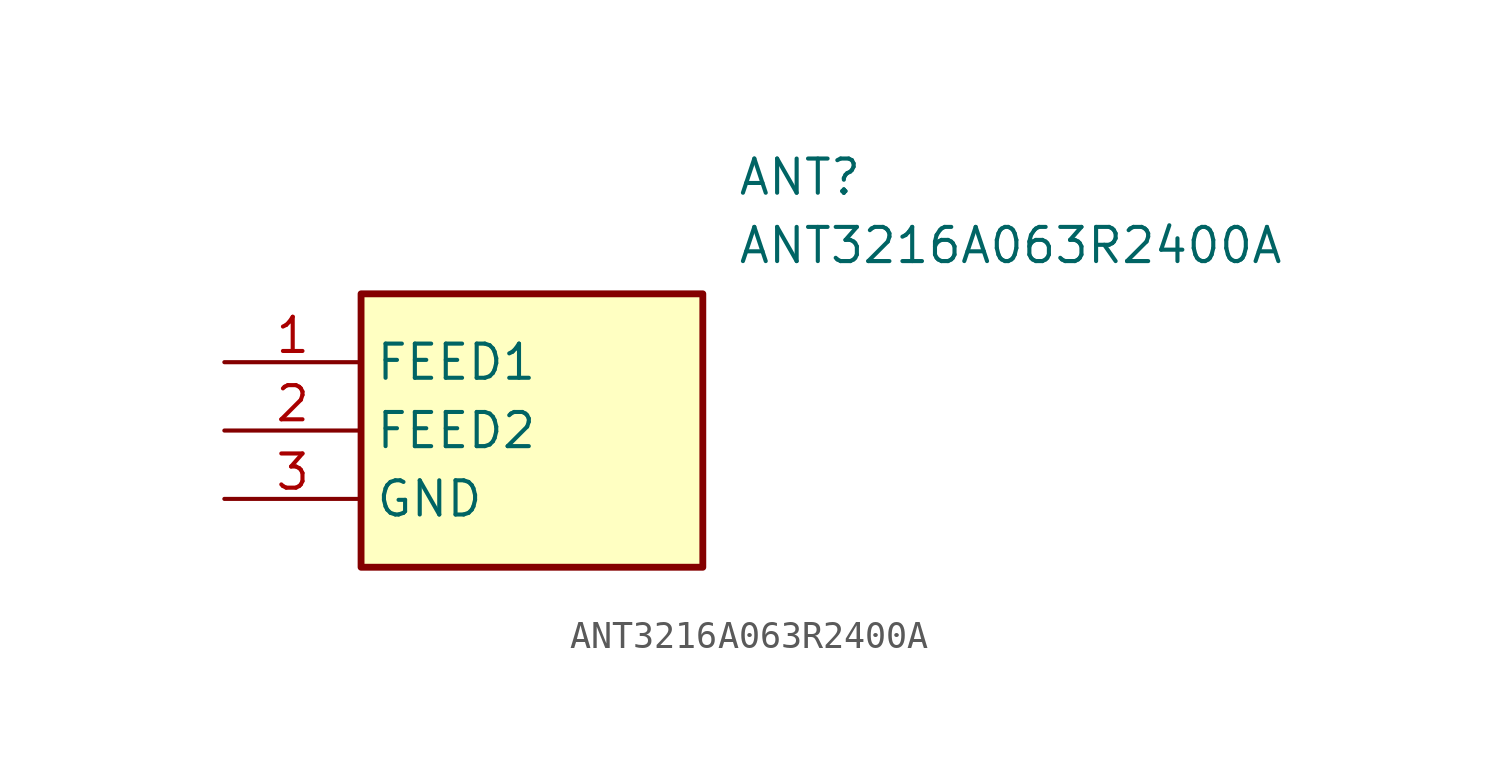
<source format=kicad_sym>
(kicad_symbol_lib
  (version 20231120)
  (generator "kicad_symbol_editor")
  (generator_version "8.0")
  (symbol "ANT3216A063R2400A"
    (property "Reference" "ANT"
      (at 19.05 7.62 0)
      (effects (font (size 1.27 1.27)) (justify left top)))
    (property "Value" "ANT3216A063R2400A"
      (at 19.05 5.08 0)
      (effects (font (size 1.27 1.27)) (justify left top)))
    (symbol "ANT3216A063R2400A_1_1"
      (rectangle (start 5.08 2.54) (end 17.78 -7.62) (stroke (width 0.254) (type default)) (fill (type background)))
      (pin input line (at 0 0 0) (length 5.08) (name "FEED1" (effects (font (size 1.27 1.27)))) (number "1" (effects (font (size 1.27 1.27)))))
      (pin input line (at 0 -2.54 0) (length 5.08) (name "FEED2" (effects (font (size 1.27 1.27)))) (number "2" (effects (font (size 1.27 1.27)))))
      (pin unspecified line (at 0 -5.08 0) (length 5.08) (name "GND" (effects (font (size 1.27 1.27)))) (number "3" (effects (font (size 1.27 1.27))))))))
</source>
